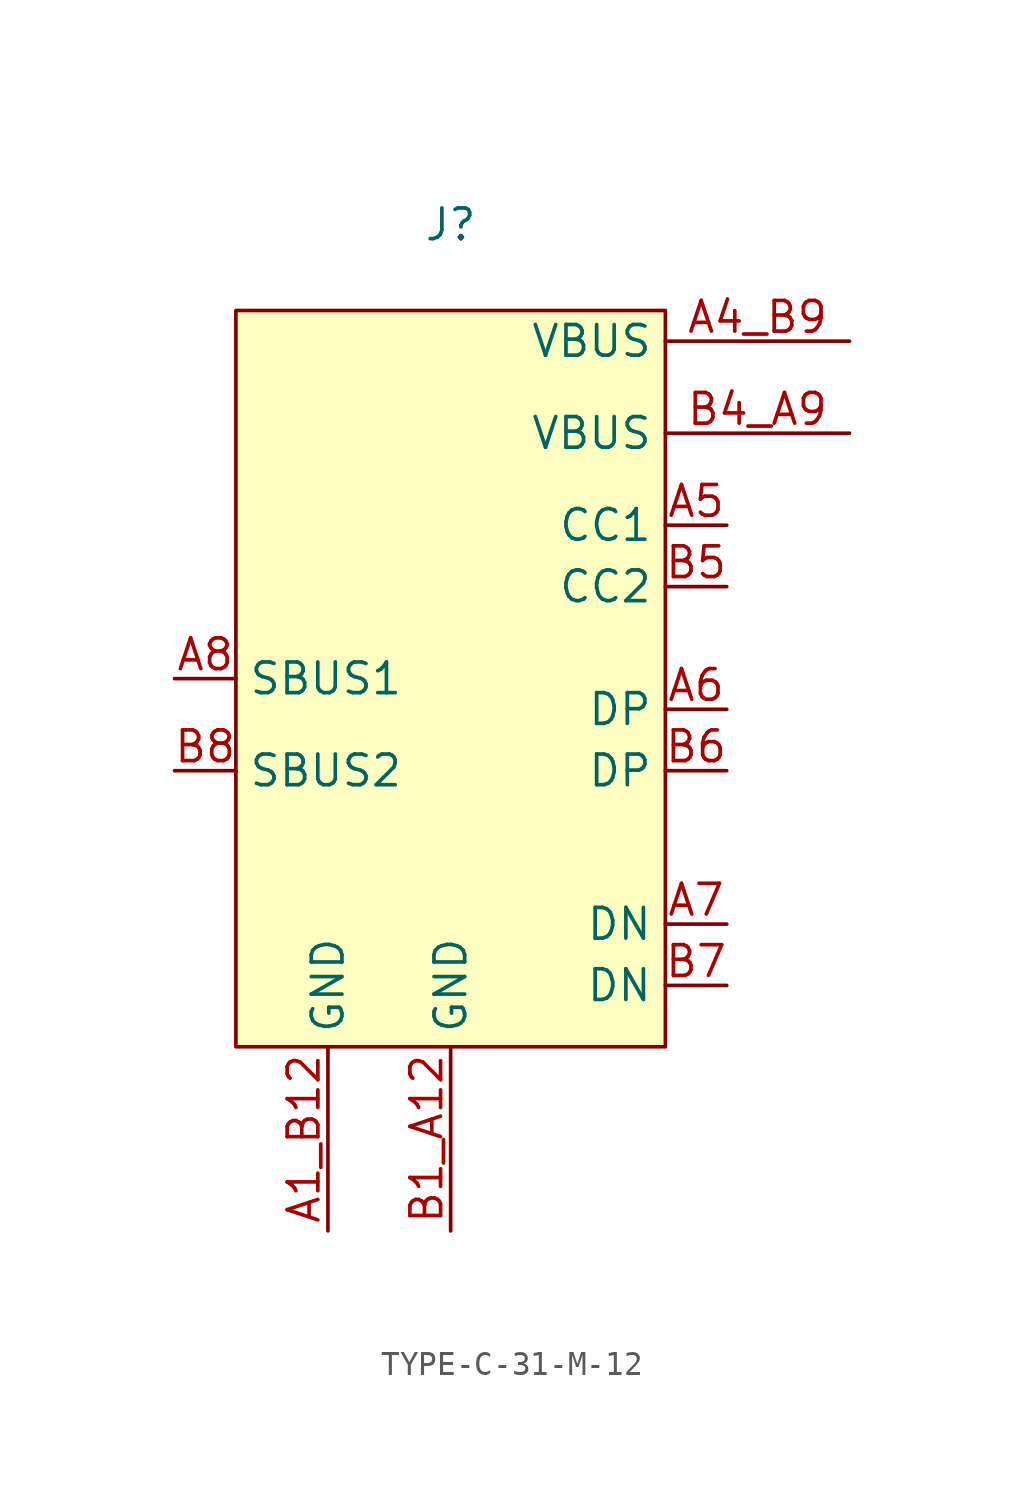
<source format=kicad_sym>
(kicad_symbol_lib
  (version 20241209)
  (generator "kicad_symbol_editor")
  (generator_version "9.0")
  (symbol "TYPE-C-31-M-12"
    (property "Reference" "J"
      (at 0 18.796 0)
      (effects (font (size 1.27 1.27))))
    (property "Value" ""
      (at 3.81 11.43 0)
      (effects (font (size 1.27 1.27))))
    (symbol "TYPE-C-31-M-12_1_1"
      (rectangle (start -8.89 15.24) (end 8.89 -15.24) (stroke (width 0) (type solid)) (fill (type background)))
      (pin bidirectional line (at -11.43 0 0) (length 2.54) (name "SBUS1" (effects (font (size 1.27 1.27)))) (number "A8" (effects (font (size 1.27 1.27)))))
      (pin output line (at -11.43 -3.81 0) (length 2.54) (name "SBUS2" (effects (font (size 1.27 1.27)))) (number "B8" (effects (font (size 1.27 1.27)))))
      (pin power_in line (at -5.08 -22.86 90) (length 7.62) (name "GND" (effects (font (size 1.27 1.27)))) (number "A1_B12" (effects (font (size 1.27 1.27)))))
      (pin power_in line (at 0 -22.86 90) (length 7.62) (name "GND" (effects (font (size 1.27 1.27)))) (number "B1_A12" (effects (font (size 1.27 1.27)))))
      (pin bidirectional line (at 11.43 6.35 180) (length 2.54) (name "CC1" (effects (font (size 1.27 1.27)))) (number "A5" (effects (font (size 1.27 1.27)))))
      (pin bidirectional line (at 11.43 3.81 180) (length 2.54) (name "CC2" (effects (font (size 1.27 1.27)))) (number "B5" (effects (font (size 1.27 1.27)))))
      (pin bidirectional line (at 11.43 -1.27 180) (length 2.54) (name "DP" (effects (font (size 1.27 1.27)))) (number "A6" (effects (font (size 1.27 1.27)))))
      (pin bidirectional line (at 11.43 -3.81 180) (length 2.54) (name "DP" (effects (font (size 1.27 1.27)))) (number "B6" (effects (font (size 1.27 1.27)))))
      (pin bidirectional line (at 11.43 -10.16 180) (length 2.54) (name "DN" (effects (font (size 1.27 1.27)))) (number "A7" (effects (font (size 1.27 1.27)))))
      (pin bidirectional line (at 11.43 -12.7 180) (length 2.54) (name "DN" (effects (font (size 1.27 1.27)))) (number "B7" (effects (font (size 1.27 1.27)))))
      (pin bidirectional line (at 16.51 13.97 180) (length 7.62) (name "VBUS" (effects (font (size 1.27 1.27)))) (number "A4_B9" (effects (font (size 1.27 1.27)))))
      (pin bidirectional line (at 16.51 10.16 180) (length 7.62) (name "VBUS" (effects (font (size 1.27 1.27)))) (number "B4_A9" (effects (font (size 1.27 1.27))))))))
</source>
